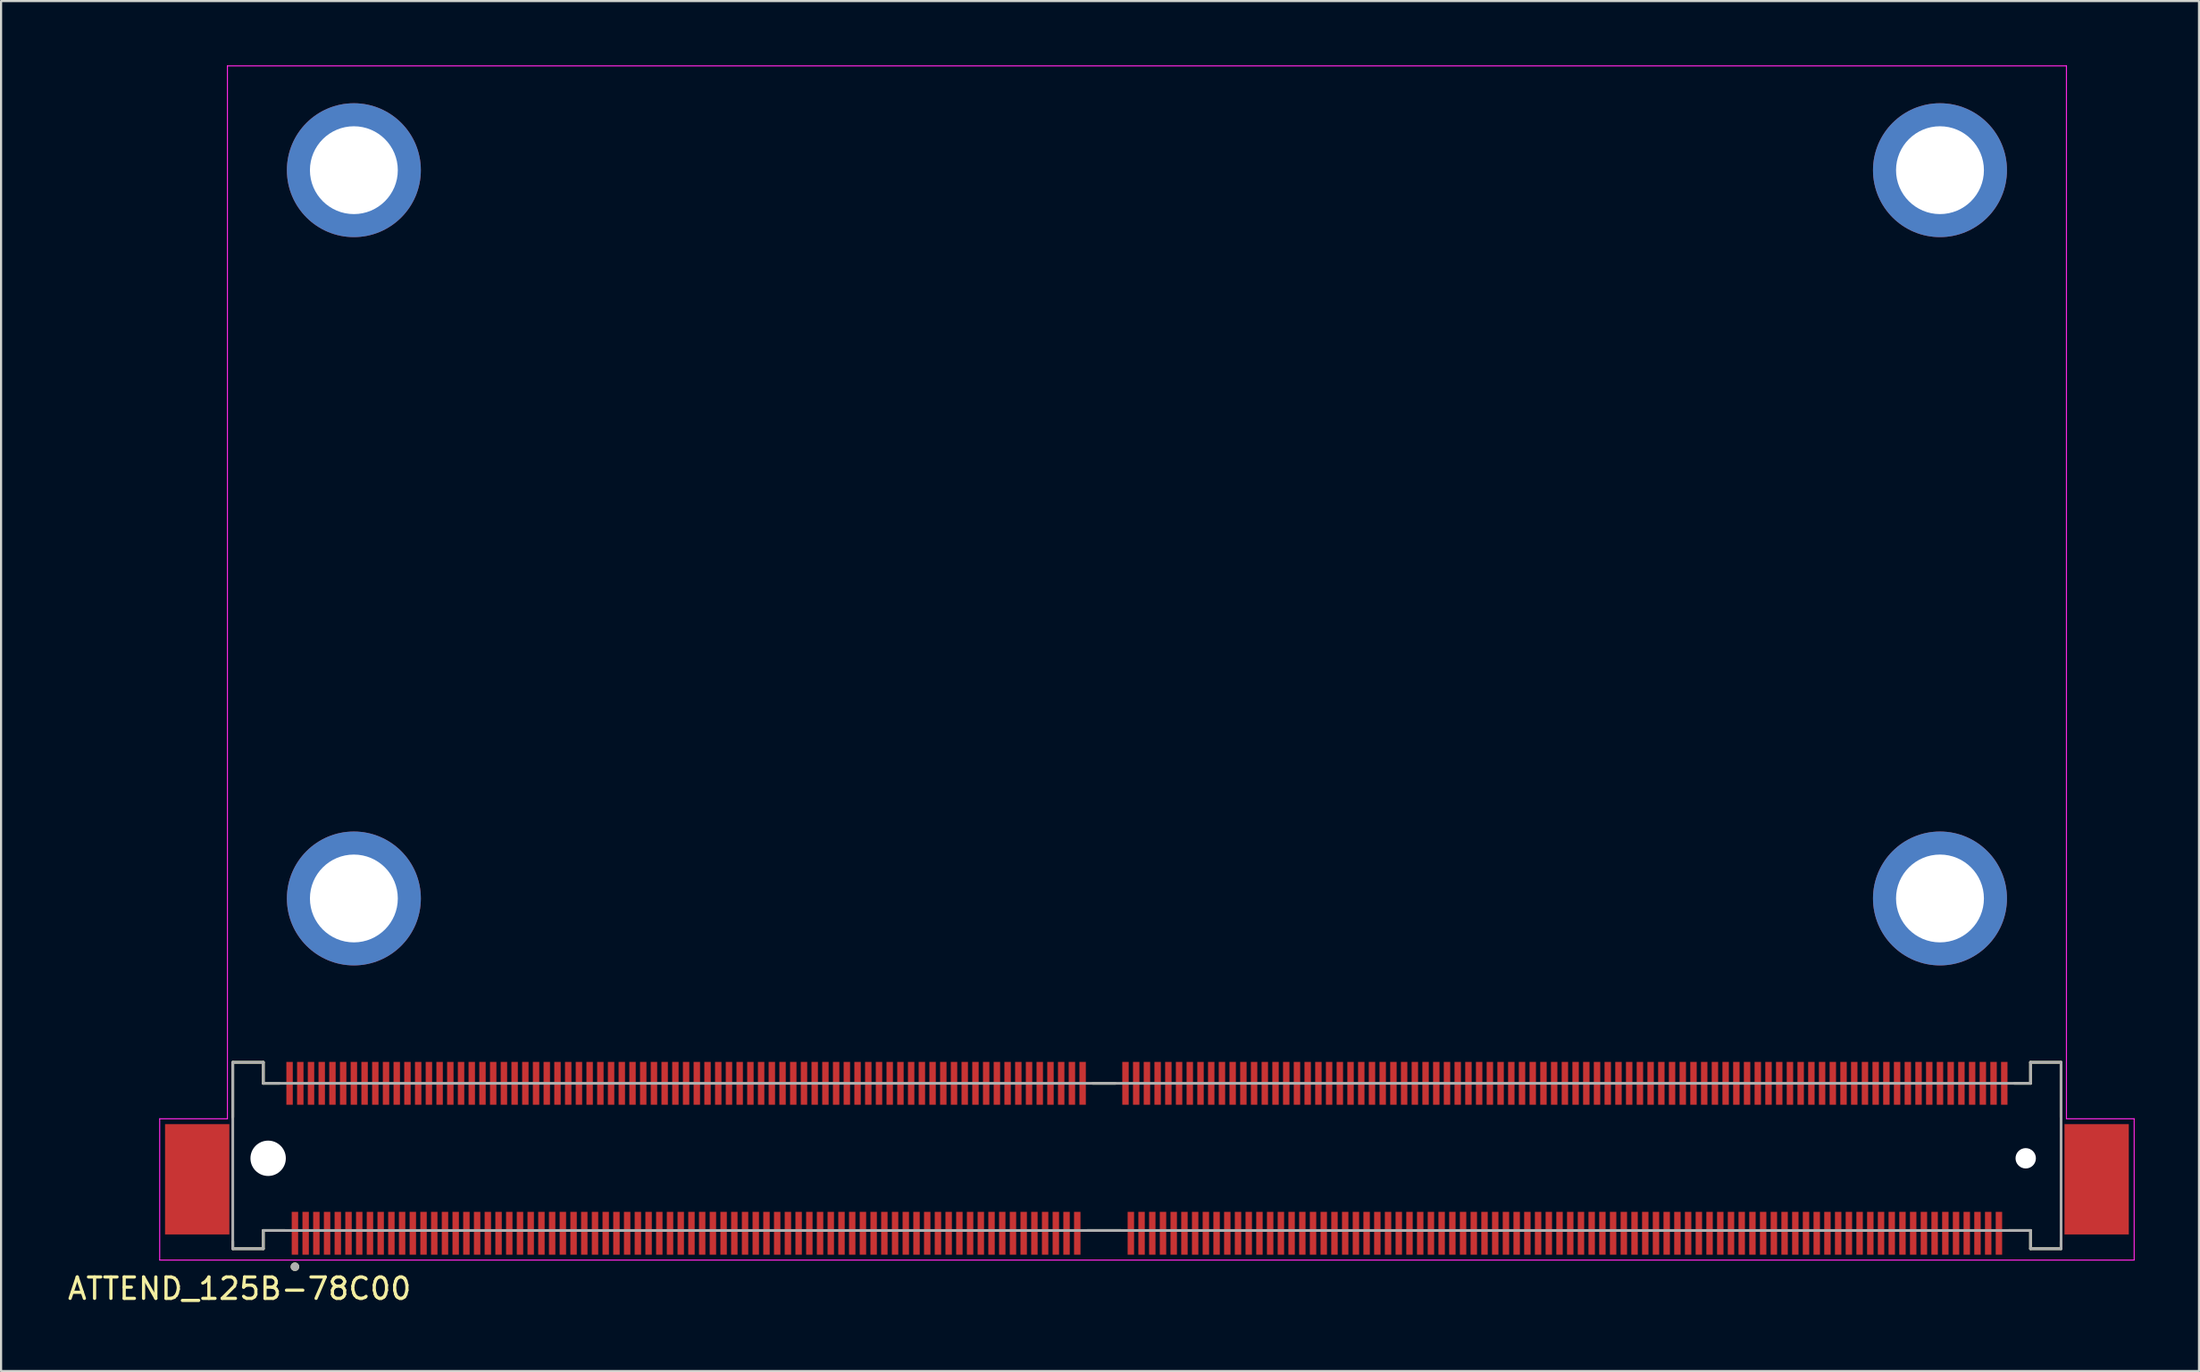
<source format=kicad_pcb>
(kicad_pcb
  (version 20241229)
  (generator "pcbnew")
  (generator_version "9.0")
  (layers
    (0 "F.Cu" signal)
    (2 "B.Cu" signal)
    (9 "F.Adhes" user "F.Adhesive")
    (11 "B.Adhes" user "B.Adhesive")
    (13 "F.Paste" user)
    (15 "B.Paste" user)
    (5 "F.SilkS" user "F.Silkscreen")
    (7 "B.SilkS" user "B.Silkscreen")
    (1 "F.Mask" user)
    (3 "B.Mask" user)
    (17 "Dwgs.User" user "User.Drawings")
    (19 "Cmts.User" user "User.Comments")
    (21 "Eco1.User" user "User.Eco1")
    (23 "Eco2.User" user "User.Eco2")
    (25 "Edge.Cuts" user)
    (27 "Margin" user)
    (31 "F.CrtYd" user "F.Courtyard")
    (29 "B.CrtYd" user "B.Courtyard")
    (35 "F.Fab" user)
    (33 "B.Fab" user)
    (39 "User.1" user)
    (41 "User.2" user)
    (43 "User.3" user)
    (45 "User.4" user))
  (footprint "ATTEND_125B-78C00"
    (layer "F.Cu")
    (at 48.46 51.025)
    (property "Reference" "ATTEND_125B-78C00" (at -40.335 6.084 0) (layer "F.SilkS") (effects (font (size 1 1) (thickness 0.15))))
    (attr through_hole)
    (fp_line (start -40.65 -1.92) (end -40.65 -4.48) (stroke (width 0.127) (type solid)) (layer "F.SilkS"))
    (fp_line (start -40.65 4.22) (end -40.65 3.88) (stroke (width 0.127) (type solid)) (layer "F.SilkS"))
    (fp_line (start -39.225 -4.48) (end -40.65 -4.48) (stroke (width 0.127) (type solid)) (layer "F.SilkS"))
    (fp_line (start -39.225 -3.5) (end -39.225 -4.48) (stroke (width 0.127) (type solid)) (layer "F.SilkS"))
    (fp_line (start -39.225 -3.5) (end -38.47 -3.5) (stroke (width 0.127) (type solid)) (layer "F.SilkS"))
    (fp_line (start -39.225 3.37) (end -38.22 3.37) (stroke (width 0.127) (type solid)) (layer "F.SilkS"))
    (fp_line (start -39.225 4.22) (end -40.65 4.22) (stroke (width 0.127) (type solid)) (layer "F.SilkS"))
    (fp_line (start -39.225 4.22) (end -39.225 3.37) (stroke (width 0.127) (type solid)) (layer "F.SilkS"))
    (fp_line (start -0.78 3.37) (end 0.78 3.37) (stroke (width 0.127) (type solid)) (layer "F.SilkS"))
    (fp_line (start -0.53 -3.5) (end 0.53 -3.5) (stroke (width 0.127) (type solid)) (layer "F.SilkS"))
    (fp_line (start 43.225 -4.48) (end 44.65 -4.48) (stroke (width 0.127) (type solid)) (layer "F.SilkS"))
    (fp_line (start 43.225 -3.5) (end 42.47 -3.5) (stroke (width 0.127) (type solid)) (layer "F.SilkS"))
    (fp_line (start 43.225 -3.5) (end 43.225 -4.48) (stroke (width 0.127) (type solid)) (layer "F.SilkS"))
    (fp_line (start 43.225 3.37) (end 42.22 3.37) (stroke (width 0.127) (type solid)) (layer "F.SilkS"))
    (fp_line (start 43.225 4.22) (end 43.225 3.37) (stroke (width 0.127) (type solid)) (layer "F.SilkS"))
    (fp_line (start 43.225 4.22) (end 44.65 4.22) (stroke (width 0.127) (type solid)) (layer "F.SilkS"))
    (fp_line (start 44.65 -1.92) (end 44.65 -4.48) (stroke (width 0.127) (type solid)) (layer "F.SilkS"))
    (fp_line (start 44.65 4.22) (end 44.65 3.88) (stroke (width 0.127) (type solid)) (layer "F.SilkS"))
    (fp_circle (center -37.75 5.063) (end -37.65 5.063) (stroke (width 0.2) (type solid)) (fill no) (layer "F.SilkS"))
    (fp_line (start -44.06 -1.845) (end -44.06 4.75) (stroke (width 0.05) (type solid)) (layer "F.CrtYd"))
    (fp_line (start -44.06 -1.845) (end -40.9 -1.845) (stroke (width 0.05) (type solid)) (layer "F.CrtYd"))
    (fp_line (start -44.06 4.75) (end 48.06 4.75) (stroke (width 0.05) (type solid)) (layer "F.CrtYd"))
    (fp_line (start -40.9 -1.845) (end -40.9 -51) (stroke (width 0.05) (type solid)) (layer "F.CrtYd"))
    (fp_line (start 44.9 -51) (end -40.9 -51) (stroke (width 0.05) (type solid)) (layer "F.CrtYd"))
    (fp_line (start 44.9 -1.845) (end 44.9 -51) (stroke (width 0.05) (type solid)) (layer "F.CrtYd"))
    (fp_line (start 48.06 -1.845) (end 44.9 -1.845) (stroke (width 0.05) (type solid)) (layer "F.CrtYd"))
    (fp_line (start 48.06 4.75) (end 48.06 -1.845) (stroke (width 0.05) (type solid)) (layer "F.CrtYd"))
    (fp_line (start -40.65 4.22) (end -40.65 -4.48) (stroke (width 0.127) (type solid)) (layer "F.Fab"))
    (fp_line (start -39.225 -4.48) (end -40.65 -4.48) (stroke (width 0.127) (type solid)) (layer "F.Fab"))
    (fp_line (start -39.225 -3.5) (end -39.225 -4.48) (stroke (width 0.127) (type solid)) (layer "F.Fab"))
    (fp_line (start -39.225 -3.5) (end 43.225 -3.5) (stroke (width 0.127) (type solid)) (layer "F.Fab"))
    (fp_line (start -39.225 4.22) (end -40.65 4.22) (stroke (width 0.127) (type solid)) (layer "F.Fab"))
    (fp_line (start -39.225 4.22) (end -39.225 3.37) (stroke (width 0.127) (type solid)) (layer "F.Fab"))
    (fp_line (start 43.225 -4.48) (end 43.225 -3.5) (stroke (width 0.127) (type solid)) (layer "F.Fab"))
    (fp_line (start 43.225 -4.48) (end 44.65 -4.48) (stroke (width 0.127) (type solid)) (layer "F.Fab"))
    (fp_line (start 43.225 3.37) (end -39.225 3.37) (stroke (width 0.127) (type solid)) (layer "F.Fab"))
    (fp_line (start 43.225 4.22) (end 43.225 3.37) (stroke (width 0.127) (type solid)) (layer "F.Fab"))
    (fp_line (start 43.225 4.22) (end 44.65 4.22) (stroke (width 0.127) (type solid)) (layer "F.Fab"))
    (fp_line (start 44.65 -4.48) (end 44.65 4.22) (stroke (width 0.127) (type solid)) (layer "F.Fab"))
    (fp_circle (center -37.75 5.063) (end -37.65 5.063) (stroke (width 0.2) (type solid)) (fill no) (layer "F.Fab"))
    (pad "" np_thru_hole circle (at -39 0) (size 1.65 1.65) (drill 1.65) (layers "*.Cu" "*.Mask"))
    (pad "" np_thru_hole circle (at 43 0) (size 0.95 0.95) (drill 0.95) (layers "*.Cu" "*.Mask"))
    (pad "P1" smd rect (at -37.75 3.5) (size 0.3 2) (layers "F.Cu" "F.Mask" "F.Paste"))
    (pad "P2" smd rect (at -37.25 3.5) (size 0.3 2) (layers "F.Cu" "F.Mask" "F.Paste"))
    (pad "P3" smd rect (at -36.75 3.5) (size 0.3 2) (layers "F.Cu" "F.Mask" "F.Paste"))
    (pad "P4" smd rect (at -36.25 3.5) (size 0.3 2) (layers "F.Cu" "F.Mask" "F.Paste"))
    (pad "P5" smd rect (at -35.75 3.5) (size 0.3 2) (layers "F.Cu" "F.Mask" "F.Paste"))
    (pad "P6" smd rect (at -35.25 3.5) (size 0.3 2) (layers "F.Cu" "F.Mask" "F.Paste"))
    (pad "P7" smd rect (at -34.75 3.5) (size 0.3 2) (layers "F.Cu" "F.Mask" "F.Paste"))
    (pad "P8" smd rect (at -34.25 3.5) (size 0.3 2) (layers "F.Cu" "F.Mask" "F.Paste"))
    (pad "P9" smd rect (at -33.75 3.5) (size 0.3 2) (layers "F.Cu" "F.Mask" "F.Paste"))
    (pad "P10" smd rect (at -33.25 3.5) (size 0.3 2) (layers "F.Cu" "F.Mask" "F.Paste"))
    (pad "P11" smd rect (at -32.75 3.5) (size 0.3 2) (layers "F.Cu" "F.Mask" "F.Paste"))
    (pad "P12" smd rect (at -32.25 3.5) (size 0.3 2) (layers "F.Cu" "F.Mask" "F.Paste"))
    (pad "P13" smd rect (at -31.75 3.5) (size 0.3 2) (layers "F.Cu" "F.Mask" "F.Paste"))
    (pad "P14" smd rect (at -31.25 3.5) (size 0.3 2) (layers "F.Cu" "F.Mask" "F.Paste"))
    (pad "P15" smd rect (at -30.75 3.5) (size 0.3 2) (layers "F.Cu" "F.Mask" "F.Paste"))
    (pad "P16" smd rect (at -30.25 3.5) (size 0.3 2) (layers "F.Cu" "F.Mask" "F.Paste"))
    (pad "P17" smd rect (at -29.75 3.5) (size 0.3 2) (layers "F.Cu" "F.Mask" "F.Paste"))
    (pad "P18" smd rect (at -29.25 3.5) (size 0.3 2) (layers "F.Cu" "F.Mask" "F.Paste"))
    (pad "P19" smd rect (at -28.75 3.5) (size 0.3 2) (layers "F.Cu" "F.Mask" "F.Paste"))
    (pad "P20" smd rect (at -28.25 3.5) (size 0.3 2) (layers "F.Cu" "F.Mask" "F.Paste"))
    (pad "P21" smd rect (at -27.75 3.5) (size 0.3 2) (layers "F.Cu" "F.Mask" "F.Paste"))
    (pad "P22" smd rect (at -27.25 3.5) (size 0.3 2) (layers "F.Cu" "F.Mask" "F.Paste"))
    (pad "P23" smd rect (at -26.75 3.5) (size 0.3 2) (layers "F.Cu" "F.Mask" "F.Paste"))
    (pad "P24" smd rect (at -26.25 3.5) (size 0.3 2) (layers "F.Cu" "F.Mask" "F.Paste"))
    (pad "P25" smd rect (at -25.75 3.5) (size 0.3 2) (layers "F.Cu" "F.Mask" "F.Paste"))
    (pad "P26" smd rect (at -25.25 3.5) (size 0.3 2) (layers "F.Cu" "F.Mask" "F.Paste"))
    (pad "P27" smd rect (at -24.75 3.5) (size 0.3 2) (layers "F.Cu" "F.Mask" "F.Paste"))
    (pad "P28" smd rect (at -24.25 3.5) (size 0.3 2) (layers "F.Cu" "F.Mask" "F.Paste"))
    (pad "P29" smd rect (at -23.75 3.5) (size 0.3 2) (layers "F.Cu" "F.Mask" "F.Paste"))
    (pad "P30" smd rect (at -23.25 3.5) (size 0.3 2) (layers "F.Cu" "F.Mask" "F.Paste"))
    (pad "P31" smd rect (at -22.75 3.5) (size 0.3 2) (layers "F.Cu" "F.Mask" "F.Paste"))
    (pad "P32" smd rect (at -22.25 3.5) (size 0.3 2) (layers "F.Cu" "F.Mask" "F.Paste"))
    (pad "P33" smd rect (at -21.75 3.5) (size 0.3 2) (layers "F.Cu" "F.Mask" "F.Paste"))
    (pad "P34" smd rect (at -21.25 3.5) (size 0.3 2) (layers "F.Cu" "F.Mask" "F.Paste"))
    (pad "P35" smd rect (at -20.75 3.5) (size 0.3 2) (layers "F.Cu" "F.Mask" "F.Paste"))
    (pad "P36" smd rect (at -20.25 3.5) (size 0.3 2) (layers "F.Cu" "F.Mask" "F.Paste"))
    (pad "P37" smd rect (at -19.75 3.5) (size 0.3 2) (layers "F.Cu" "F.Mask" "F.Paste"))
    (pad "P38" smd rect (at -19.25 3.5) (size 0.3 2) (layers "F.Cu" "F.Mask" "F.Paste"))
    (pad "P39" smd rect (at -18.75 3.5) (size 0.3 2) (layers "F.Cu" "F.Mask" "F.Paste"))
    (pad "P40" smd rect (at -18.25 3.5) (size 0.3 2) (layers "F.Cu" "F.Mask" "F.Paste"))
    (pad "P41" smd rect (at -17.75 3.5) (size 0.3 2) (layers "F.Cu" "F.Mask" "F.Paste"))
    (pad "P42" smd rect (at -17.25 3.5) (size 0.3 2) (layers "F.Cu" "F.Mask" "F.Paste"))
    (pad "P43" smd rect (at -16.75 3.5) (size 0.3 2) (layers "F.Cu" "F.Mask" "F.Paste"))
    (pad "P44" smd rect (at -16.25 3.5) (size 0.3 2) (layers "F.Cu" "F.Mask" "F.Paste"))
    (pad "P45" smd rect (at -15.75 3.5) (size 0.3 2) (layers "F.Cu" "F.Mask" "F.Paste"))
    (pad "P46" smd rect (at -15.25 3.5) (size 0.3 2) (layers "F.Cu" "F.Mask" "F.Paste"))
    (pad "P47" smd rect (at -14.75 3.5) (size 0.3 2) (layers "F.Cu" "F.Mask" "F.Paste"))
    (pad "P48" smd rect (at -14.25 3.5) (size 0.3 2) (layers "F.Cu" "F.Mask" "F.Paste"))
    (pad "P49" smd rect (at -13.75 3.5) (size 0.3 2) (layers "F.Cu" "F.Mask" "F.Paste"))
    (pad "P50" smd rect (at -13.25 3.5) (size 0.3 2) (layers "F.Cu" "F.Mask" "F.Paste"))
    (pad "P51" smd rect (at -12.75 3.5) (size 0.3 2) (layers "F.Cu" "F.Mask" "F.Paste"))
    (pad "P52" smd rect (at -12.25 3.5) (size 0.3 2) (layers "F.Cu" "F.Mask" "F.Paste"))
    (pad "P53" smd rect (at -11.75 3.5) (size 0.3 2) (layers "F.Cu" "F.Mask" "F.Paste"))
    (pad "P54" smd rect (at -11.25 3.5) (size 0.3 2) (layers "F.Cu" "F.Mask" "F.Paste"))
    (pad "P55" smd rect (at -10.75 3.5) (size 0.3 2) (layers "F.Cu" "F.Mask" "F.Paste"))
    (pad "P56" smd rect (at -10.25 3.5) (size 0.3 2) (layers "F.Cu" "F.Mask" "F.Paste"))
    (pad "P57" smd rect (at -9.75 3.5) (size 0.3 2) (layers "F.Cu" "F.Mask" "F.Paste"))
    (pad "P58" smd rect (at -9.25 3.5) (size 0.3 2) (layers "F.Cu" "F.Mask" "F.Paste"))
    (pad "P59" smd rect (at -8.75 3.5) (size 0.3 2) (layers "F.Cu" "F.Mask" "F.Paste"))
    (pad "P60" smd rect (at -8.25 3.5) (size 0.3 2) (layers "F.Cu" "F.Mask" "F.Paste"))
    (pad "P61" smd rect (at -7.75 3.5) (size 0.3 2) (layers "F.Cu" "F.Mask" "F.Paste"))
    (pad "P62" smd rect (at -7.25 3.5) (size 0.3 2) (layers "F.Cu" "F.Mask" "F.Paste"))
    (pad "P63" smd rect (at -6.75 3.5) (size 0.3 2) (layers "F.Cu" "F.Mask" "F.Paste"))
    (pad "P64" smd rect (at -6.25 3.5) (size 0.3 2) (layers "F.Cu" "F.Mask" "F.Paste"))
    (pad "P65" smd rect (at -5.75 3.5) (size 0.3 2) (layers "F.Cu" "F.Mask" "F.Paste"))
    (pad "P66" smd rect (at -5.25 3.5) (size 0.3 2) (layers "F.Cu" "F.Mask" "F.Paste"))
    (pad "P67" smd rect (at -4.75 3.5) (size 0.3 2) (layers "F.Cu" "F.Mask" "F.Paste"))
    (pad "P68" smd rect (at -4.25 3.5) (size 0.3 2) (layers "F.Cu" "F.Mask" "F.Paste"))
    (pad "P69" smd rect (at -3.75 3.5) (size 0.3 2) (layers "F.Cu" "F.Mask" "F.Paste"))
    (pad "P70" smd rect (at -3.25 3.5) (size 0.3 2) (layers "F.Cu" "F.Mask" "F.Paste"))
    (pad "P71" smd rect (at -2.75 3.5) (size 0.3 2) (layers "F.Cu" "F.Mask" "F.Paste"))
    (pad "P72" smd rect (at -2.25 3.5) (size 0.3 2) (layers "F.Cu" "F.Mask" "F.Paste"))
    (pad "P73" smd rect (at -1.75 3.5) (size 0.3 2) (layers "F.Cu" "F.Mask" "F.Paste"))
    (pad "P74" smd rect (at -1.25 3.5) (size 0.3 2) (layers "F.Cu" "F.Mask" "F.Paste"))
    (pad "P75" smd rect (at 1.25 3.5) (size 0.3 2) (layers "F.Cu" "F.Mask" "F.Paste"))
    (pad "P76" smd rect (at 1.75 3.5) (size 0.3 2) (layers "F.Cu" "F.Mask" "F.Paste"))
    (pad "P77" smd rect (at 2.25 3.5) (size 0.3 2) (layers "F.Cu" "F.Mask" "F.Paste"))
    (pad "P78" smd rect (at 2.75 3.5) (size 0.3 2) (layers "F.Cu" "F.Mask" "F.Paste"))
    (pad "P79" smd rect (at 3.25 3.5) (size 0.3 2) (layers "F.Cu" "F.Mask" "F.Paste"))
    (pad "P80" smd rect (at 3.75 3.5) (size 0.3 2) (layers "F.Cu" "F.Mask" "F.Paste"))
    (pad "P81" smd rect (at 4.25 3.5) (size 0.3 2) (layers "F.Cu" "F.Mask" "F.Paste"))
    (pad "P82" smd rect (at 4.75 3.5) (size 0.3 2) (layers "F.Cu" "F.Mask" "F.Paste"))
    (pad "P83" smd rect (at 5.25 3.5) (size 0.3 2) (layers "F.Cu" "F.Mask" "F.Paste"))
    (pad "P84" smd rect (at 5.75 3.5) (size 0.3 2) (layers "F.Cu" "F.Mask" "F.Paste"))
    (pad "P85" smd rect (at 6.25 3.5) (size 0.3 2) (layers "F.Cu" "F.Mask" "F.Paste"))
    (pad "P86" smd rect (at 6.75 3.5) (size 0.3 2) (layers "F.Cu" "F.Mask" "F.Paste"))
    (pad "P87" smd rect (at 7.25 3.5) (size 0.3 2) (layers "F.Cu" "F.Mask" "F.Paste"))
    (pad "P88" smd rect (at 7.75 3.5) (size 0.3 2) (layers "F.Cu" "F.Mask" "F.Paste"))
    (pad "P89" smd rect (at 8.25 3.5) (size 0.3 2) (layers "F.Cu" "F.Mask" "F.Paste"))
    (pad "P90" smd rect (at 8.75 3.5) (size 0.3 2) (layers "F.Cu" "F.Mask" "F.Paste"))
    (pad "P91" smd rect (at 9.25 3.5) (size 0.3 2) (layers "F.Cu" "F.Mask" "F.Paste"))
    (pad "P92" smd rect (at 9.75 3.5) (size 0.3 2) (layers "F.Cu" "F.Mask" "F.Paste"))
    (pad "P93" smd rect (at 10.25 3.5) (size 0.3 2) (layers "F.Cu" "F.Mask" "F.Paste"))
    (pad "P94" smd rect (at 10.75 3.5) (size 0.3 2) (layers "F.Cu" "F.Mask" "F.Paste"))
    (pad "P95" smd rect (at 11.25 3.5) (size 0.3 2) (layers "F.Cu" "F.Mask" "F.Paste"))
    (pad "P96" smd rect (at 11.75 3.5) (size 0.3 2) (layers "F.Cu" "F.Mask" "F.Paste"))
    (pad "P97" smd rect (at 12.25 3.5) (size 0.3 2) (layers "F.Cu" "F.Mask" "F.Paste"))
    (pad "P98" smd rect (at 12.75 3.5) (size 0.3 2) (layers "F.Cu" "F.Mask" "F.Paste"))
    (pad "P99" smd rect (at 13.25 3.5) (size 0.3 2) (layers "F.Cu" "F.Mask" "F.Paste"))
    (pad "P100" smd rect (at 13.75 3.5) (size 0.3 2) (layers "F.Cu" "F.Mask" "F.Paste"))
    (pad "P101" smd rect (at 14.25 3.5) (size 0.3 2) (layers "F.Cu" "F.Mask" "F.Paste"))
    (pad "P102" smd rect (at 14.75 3.5) (size 0.3 2) (layers "F.Cu" "F.Mask" "F.Paste"))
    (pad "P103" smd rect (at 15.25 3.5) (size 0.3 2) (layers "F.Cu" "F.Mask" "F.Paste"))
    (pad "P104" smd rect (at 15.75 3.5) (size 0.3 2) (layers "F.Cu" "F.Mask" "F.Paste"))
    (pad "P105" smd rect (at 16.25 3.5) (size 0.3 2) (layers "F.Cu" "F.Mask" "F.Paste"))
    (pad "P106" smd rect (at 16.75 3.5) (size 0.3 2) (layers "F.Cu" "F.Mask" "F.Paste"))
    (pad "P107" smd rect (at 17.25 3.5) (size 0.3 2) (layers "F.Cu" "F.Mask" "F.Paste"))
    (pad "P108" smd rect (at 17.75 3.5) (size 0.3 2) (layers "F.Cu" "F.Mask" "F.Paste"))
    (pad "P109" smd rect (at 18.25 3.5) (size 0.3 2) (layers "F.Cu" "F.Mask" "F.Paste"))
    (pad "P110" smd rect (at 18.75 3.5) (size 0.3 2) (layers "F.Cu" "F.Mask" "F.Paste"))
    (pad "P111" smd rect (at 19.25 3.5) (size 0.3 2) (layers "F.Cu" "F.Mask" "F.Paste"))
    (pad "P112" smd rect (at 19.75 3.5) (size 0.3 2) (layers "F.Cu" "F.Mask" "F.Paste"))
    (pad "P113" smd rect (at 20.25 3.5) (size 0.3 2) (layers "F.Cu" "F.Mask" "F.Paste"))
    (pad "P114" smd rect (at 20.75 3.5) (size 0.3 2) (layers "F.Cu" "F.Mask" "F.Paste"))
    (pad "P115" smd rect (at 21.25 3.5) (size 0.3 2) (layers "F.Cu" "F.Mask" "F.Paste"))
    (pad "P116" smd rect (at 21.75 3.5) (size 0.3 2) (layers "F.Cu" "F.Mask" "F.Paste"))
    (pad "P117" smd rect (at 22.25 3.5) (size 0.3 2) (layers "F.Cu" "F.Mask" "F.Paste"))
    (pad "P118" smd rect (at 22.75 3.5) (size 0.3 2) (layers "F.Cu" "F.Mask" "F.Paste"))
    (pad "P119" smd rect (at 23.25 3.5) (size 0.3 2) (layers "F.Cu" "F.Mask" "F.Paste"))
    (pad "P120" smd rect (at 23.75 3.5) (size 0.3 2) (layers "F.Cu" "F.Mask" "F.Paste"))
    (pad "P121" smd rect (at 24.25 3.5) (size 0.3 2) (layers "F.Cu" "F.Mask" "F.Paste"))
    (pad "P122" smd rect (at 24.75 3.5) (size 0.3 2) (layers "F.Cu" "F.Mask" "F.Paste"))
    (pad "P123" smd rect (at 25.25 3.5) (size 0.3 2) (layers "F.Cu" "F.Mask" "F.Paste"))
    (pad "P124" smd rect (at 25.75 3.5) (size 0.3 2) (layers "F.Cu" "F.Mask" "F.Paste"))
    (pad "P125" smd rect (at 26.25 3.5) (size 0.3 2) (layers "F.Cu" "F.Mask" "F.Paste"))
    (pad "P126" smd rect (at 26.75 3.5) (size 0.3 2) (layers "F.Cu" "F.Mask" "F.Paste"))
    (pad "P127" smd rect (at 27.25 3.5) (size 0.3 2) (layers "F.Cu" "F.Mask" "F.Paste"))
    (pad "P128" smd rect (at 27.75 3.5) (size 0.3 2) (layers "F.Cu" "F.Mask" "F.Paste"))
    (pad "P129" smd rect (at 28.25 3.5) (size 0.3 2) (layers "F.Cu" "F.Mask" "F.Paste"))
    (pad "P130" smd rect (at 28.75 3.5) (size 0.3 2) (layers "F.Cu" "F.Mask" "F.Paste"))
    (pad "P131" smd rect (at 29.25 3.5) (size 0.3 2) (layers "F.Cu" "F.Mask" "F.Paste"))
    (pad "P132" smd rect (at 29.75 3.5) (size 0.3 2) (layers "F.Cu" "F.Mask" "F.Paste"))
    (pad "P133" smd rect (at 30.25 3.5) (size 0.3 2) (layers "F.Cu" "F.Mask" "F.Paste"))
    (pad "P134" smd rect (at 30.75 3.5) (size 0.3 2) (layers "F.Cu" "F.Mask" "F.Paste"))
    (pad "P135" smd rect (at 31.25 3.5) (size 0.3 2) (layers "F.Cu" "F.Mask" "F.Paste"))
    (pad "P136" smd rect (at 31.75 3.5) (size 0.3 2) (layers "F.Cu" "F.Mask" "F.Paste"))
    (pad "P137" smd rect (at 32.25 3.5) (size 0.3 2) (layers "F.Cu" "F.Mask" "F.Paste"))
    (pad "P138" smd rect (at 32.75 3.5) (size 0.3 2) (layers "F.Cu" "F.Mask" "F.Paste"))
    (pad "P139" smd rect (at 33.25 3.5) (size 0.3 2) (layers "F.Cu" "F.Mask" "F.Paste"))
    (pad "P140" smd rect (at 33.75 3.5) (size 0.3 2) (layers "F.Cu" "F.Mask" "F.Paste"))
    (pad "P141" smd rect (at 34.25 3.5) (size 0.3 2) (layers "F.Cu" "F.Mask" "F.Paste"))
    (pad "P142" smd rect (at 34.75 3.5) (size 0.3 2) (layers "F.Cu" "F.Mask" "F.Paste"))
    (pad "P143" smd rect (at 35.25 3.5) (size 0.3 2) (layers "F.Cu" "F.Mask" "F.Paste"))
    (pad "P144" smd rect (at 35.75 3.5) (size 0.3 2) (layers "F.Cu" "F.Mask" "F.Paste"))
    (pad "P145" smd rect (at 36.25 3.5) (size 0.3 2) (layers "F.Cu" "F.Mask" "F.Paste"))
    (pad "P146" smd rect (at 36.75 3.5) (size 0.3 2) (layers "F.Cu" "F.Mask" "F.Paste"))
    (pad "P147" smd rect (at 37.25 3.5) (size 0.3 2) (layers "F.Cu" "F.Mask" "F.Paste"))
    (pad "P148" smd rect (at 37.75 3.5) (size 0.3 2) (layers "F.Cu" "F.Mask" "F.Paste"))
    (pad "P149" smd rect (at 38.25 3.5) (size 0.3 2) (layers "F.Cu" "F.Mask" "F.Paste"))
    (pad "P150" smd rect (at 38.75 3.5) (size 0.3 2) (layers "F.Cu" "F.Mask" "F.Paste"))
    (pad "P151" smd rect (at 39.25 3.5) (size 0.3 2) (layers "F.Cu" "F.Mask" "F.Paste"))
    (pad "P152" smd rect (at 39.75 3.5) (size 0.3 2) (layers "F.Cu" "F.Mask" "F.Paste"))
    (pad "P153" smd rect (at 40.25 3.5) (size 0.3 2) (layers "F.Cu" "F.Mask" "F.Paste"))
    (pad "P154" smd rect (at 40.75 3.5) (size 0.3 2) (layers "F.Cu" "F.Mask" "F.Paste"))
    (pad "P155" smd rect (at 41.25 3.5) (size 0.3 2) (layers "F.Cu" "F.Mask" "F.Paste"))
    (pad "P156" smd rect (at 41.75 3.5) (size 0.3 2) (layers "F.Cu" "F.Mask" "F.Paste"))
    (pad "S1" smd rect (at -38 -3.5) (size 0.3 2) (layers "F.Cu" "F.Mask" "F.Paste"))
    (pad "S2" smd rect (at -37.5 -3.5) (size 0.3 2) (layers "F.Cu" "F.Mask" "F.Paste"))
    (pad "S3" smd rect (at -37 -3.5) (size 0.3 2) (layers "F.Cu" "F.Mask" "F.Paste"))
    (pad "S4" smd rect (at -36.5 -3.5) (size 0.3 2) (layers "F.Cu" "F.Mask" "F.Paste"))
    (pad "S5" smd rect (at -36 -3.5) (size 0.3 2) (layers "F.Cu" "F.Mask" "F.Paste"))
    (pad "S6" smd rect (at -35.5 -3.5) (size 0.3 2) (layers "F.Cu" "F.Mask" "F.Paste"))
    (pad "S7" smd rect (at -35 -3.5) (size 0.3 2) (layers "F.Cu" "F.Mask" "F.Paste"))
    (pad "S8" smd rect (at -34.5 -3.5) (size 0.3 2) (layers "F.Cu" "F.Mask" "F.Paste"))
    (pad "S9" smd rect (at -34 -3.5) (size 0.3 2) (layers "F.Cu" "F.Mask" "F.Paste"))
    (pad "S10" smd rect (at -33.5 -3.5) (size 0.3 2) (layers "F.Cu" "F.Mask" "F.Paste"))
    (pad "S11" smd rect (at -33 -3.5) (size 0.3 2) (layers "F.Cu" "F.Mask" "F.Paste"))
    (pad "S12" smd rect (at -32.5 -3.5) (size 0.3 2) (layers "F.Cu" "F.Mask" "F.Paste"))
    (pad "S13" smd rect (at -32 -3.5) (size 0.3 2) (layers "F.Cu" "F.Mask" "F.Paste"))
    (pad "S14" smd rect (at -31.5 -3.5) (size 0.3 2) (layers "F.Cu" "F.Mask" "F.Paste"))
    (pad "S15" smd rect (at -31 -3.5) (size 0.3 2) (layers "F.Cu" "F.Mask" "F.Paste"))
    (pad "S16" smd rect (at -30.5 -3.5) (size 0.3 2) (layers "F.Cu" "F.Mask" "F.Paste"))
    (pad "S17" smd rect (at -30 -3.5) (size 0.3 2) (layers "F.Cu" "F.Mask" "F.Paste"))
    (pad "S18" smd rect (at -29.5 -3.5) (size 0.3 2) (layers "F.Cu" "F.Mask" "F.Paste"))
    (pad "S19" smd rect (at -29 -3.5) (size 0.3 2) (layers "F.Cu" "F.Mask" "F.Paste"))
    (pad "S20" smd rect (at -28.5 -3.5) (size 0.3 2) (layers "F.Cu" "F.Mask" "F.Paste"))
    (pad "S21" smd rect (at -28 -3.5) (size 0.3 2) (layers "F.Cu" "F.Mask" "F.Paste"))
    (pad "S22" smd rect (at -27.5 -3.5) (size 0.3 2) (layers "F.Cu" "F.Mask" "F.Paste"))
    (pad "S23" smd rect (at -27 -3.5) (size 0.3 2) (layers "F.Cu" "F.Mask" "F.Paste"))
    (pad "S24" smd rect (at -26.5 -3.5) (size 0.3 2) (layers "F.Cu" "F.Mask" "F.Paste"))
    (pad "S25" smd rect (at -26 -3.5) (size 0.3 2) (layers "F.Cu" "F.Mask" "F.Paste"))
    (pad "S26" smd rect (at -25.5 -3.5) (size 0.3 2) (layers "F.Cu" "F.Mask" "F.Paste"))
    (pad "S27" smd rect (at -25 -3.5) (size 0.3 2) (layers "F.Cu" "F.Mask" "F.Paste"))
    (pad "S28" smd rect (at -24.5 -3.5) (size 0.3 2) (layers "F.Cu" "F.Mask" "F.Paste"))
    (pad "S29" smd rect (at -24 -3.5) (size 0.3 2) (layers "F.Cu" "F.Mask" "F.Paste"))
    (pad "S30" smd rect (at -23.5 -3.5) (size 0.3 2) (layers "F.Cu" "F.Mask" "F.Paste"))
    (pad "S31" smd rect (at -23 -3.5) (size 0.3 2) (layers "F.Cu" "F.Mask" "F.Paste"))
    (pad "S32" smd rect (at -22.5 -3.5) (size 0.3 2) (layers "F.Cu" "F.Mask" "F.Paste"))
    (pad "S33" smd rect (at -22 -3.5) (size 0.3 2) (layers "F.Cu" "F.Mask" "F.Paste"))
    (pad "S34" smd rect (at -21.5 -3.5) (size 0.3 2) (layers "F.Cu" "F.Mask" "F.Paste"))
    (pad "S35" smd rect (at -21 -3.5) (size 0.3 2) (layers "F.Cu" "F.Mask" "F.Paste"))
    (pad "S36" smd rect (at -20.5 -3.5) (size 0.3 2) (layers "F.Cu" "F.Mask" "F.Paste"))
    (pad "S37" smd rect (at -20 -3.5) (size 0.3 2) (layers "F.Cu" "F.Mask" "F.Paste"))
    (pad "S38" smd rect (at -19.5 -3.5) (size 0.3 2) (layers "F.Cu" "F.Mask" "F.Paste"))
    (pad "S39" smd rect (at -19 -3.5) (size 0.3 2) (layers "F.Cu" "F.Mask" "F.Paste"))
    (pad "S40" smd rect (at -18.5 -3.5) (size 0.3 2) (layers "F.Cu" "F.Mask" "F.Paste"))
    (pad "S41" smd rect (at -18 -3.5) (size 0.3 2) (layers "F.Cu" "F.Mask" "F.Paste"))
    (pad "S42" smd rect (at -17.5 -3.5) (size 0.3 2) (layers "F.Cu" "F.Mask" "F.Paste"))
    (pad "S43" smd rect (at -17 -3.5) (size 0.3 2) (layers "F.Cu" "F.Mask" "F.Paste"))
    (pad "S44" smd rect (at -16.5 -3.5) (size 0.3 2) (layers "F.Cu" "F.Mask" "F.Paste"))
    (pad "S45" smd rect (at -16 -3.5) (size 0.3 2) (layers "F.Cu" "F.Mask" "F.Paste"))
    (pad "S46" smd rect (at -15.5 -3.5) (size 0.3 2) (layers "F.Cu" "F.Mask" "F.Paste"))
    (pad "S47" smd rect (at -15 -3.5) (size 0.3 2) (layers "F.Cu" "F.Mask" "F.Paste"))
    (pad "S48" smd rect (at -14.5 -3.5) (size 0.3 2) (layers "F.Cu" "F.Mask" "F.Paste"))
    (pad "S49" smd rect (at -14 -3.5) (size 0.3 2) (layers "F.Cu" "F.Mask" "F.Paste"))
    (pad "S50" smd rect (at -13.5 -3.5) (size 0.3 2) (layers "F.Cu" "F.Mask" "F.Paste"))
    (pad "S51" smd rect (at -13 -3.5) (size 0.3 2) (layers "F.Cu" "F.Mask" "F.Paste"))
    (pad "S52" smd rect (at -12.5 -3.5) (size 0.3 2) (layers "F.Cu" "F.Mask" "F.Paste"))
    (pad "S53" smd rect (at -12 -3.5) (size 0.3 2) (layers "F.Cu" "F.Mask" "F.Paste"))
    (pad "S54" smd rect (at -11.5 -3.5) (size 0.3 2) (layers "F.Cu" "F.Mask" "F.Paste"))
    (pad "S55" smd rect (at -11 -3.5) (size 0.3 2) (layers "F.Cu" "F.Mask" "F.Paste"))
    (pad "S56" smd rect (at -10.5 -3.5) (size 0.3 2) (layers "F.Cu" "F.Mask" "F.Paste"))
    (pad "S57" smd rect (at -10 -3.5) (size 0.3 2) (layers "F.Cu" "F.Mask" "F.Paste"))
    (pad "S58" smd rect (at -9.5 -3.5) (size 0.3 2) (layers "F.Cu" "F.Mask" "F.Paste"))
    (pad "S59" smd rect (at -9 -3.5) (size 0.3 2) (layers "F.Cu" "F.Mask" "F.Paste"))
    (pad "S60" smd rect (at -8.5 -3.5) (size 0.3 2) (layers "F.Cu" "F.Mask" "F.Paste"))
    (pad "S61" smd rect (at -8 -3.5) (size 0.3 2) (layers "F.Cu" "F.Mask" "F.Paste"))
    (pad "S62" smd rect (at -7.5 -3.5) (size 0.3 2) (layers "F.Cu" "F.Mask" "F.Paste"))
    (pad "S63" smd rect (at -7 -3.5) (size 0.3 2) (layers "F.Cu" "F.Mask" "F.Paste"))
    (pad "S64" smd rect (at -6.5 -3.5) (size 0.3 2) (layers "F.Cu" "F.Mask" "F.Paste"))
    (pad "S65" smd rect (at -6 -3.5) (size 0.3 2) (layers "F.Cu" "F.Mask" "F.Paste"))
    (pad "S66" smd rect (at -5.5 -3.5) (size 0.3 2) (layers "F.Cu" "F.Mask" "F.Paste"))
    (pad "S67" smd rect (at -5 -3.5) (size 0.3 2) (layers "F.Cu" "F.Mask" "F.Paste"))
    (pad "S68" smd rect (at -4.5 -3.5) (size 0.3 2) (layers "F.Cu" "F.Mask" "F.Paste"))
    (pad "S69" smd rect (at -4 -3.5) (size 0.3 2) (layers "F.Cu" "F.Mask" "F.Paste"))
    (pad "S70" smd rect (at -3.5 -3.5) (size 0.3 2) (layers "F.Cu" "F.Mask" "F.Paste"))
    (pad "S71" smd rect (at -3 -3.5) (size 0.3 2) (layers "F.Cu" "F.Mask" "F.Paste"))
    (pad "S72" smd rect (at -2.5 -3.5) (size 0.3 2) (layers "F.Cu" "F.Mask" "F.Paste"))
    (pad "S73" smd rect (at -2 -3.5) (size 0.3 2) (layers "F.Cu" "F.Mask" "F.Paste"))
    (pad "S74" smd rect (at -1.5 -3.5) (size 0.3 2) (layers "F.Cu" "F.Mask" "F.Paste"))
    (pad "S75" smd rect (at -1 -3.5) (size 0.3 2) (layers "F.Cu" "F.Mask" "F.Paste"))
    (pad "S76" smd rect (at 1 -3.5) (size 0.3 2) (layers "F.Cu" "F.Mask" "F.Paste"))
    (pad "S77" smd rect (at 1.5 -3.5) (size 0.3 2) (layers "F.Cu" "F.Mask" "F.Paste"))
    (pad "S78" smd rect (at 2 -3.5) (size 0.3 2) (layers "F.Cu" "F.Mask" "F.Paste"))
    (pad "S79" smd rect (at 2.5 -3.5) (size 0.3 2) (layers "F.Cu" "F.Mask" "F.Paste"))
    (pad "S80" smd rect (at 3 -3.5) (size 0.3 2) (layers "F.Cu" "F.Mask" "F.Paste"))
    (pad "S81" smd rect (at 3.5 -3.5) (size 0.3 2) (layers "F.Cu" "F.Mask" "F.Paste"))
    (pad "S82" smd rect (at 4 -3.5) (size 0.3 2) (layers "F.Cu" "F.Mask" "F.Paste"))
    (pad "S83" smd rect (at 4.5 -3.5) (size 0.3 2) (layers "F.Cu" "F.Mask" "F.Paste"))
    (pad "S84" smd rect (at 5 -3.5) (size 0.3 2) (layers "F.Cu" "F.Mask" "F.Paste"))
    (pad "S85" smd rect (at 5.5 -3.5) (size 0.3 2) (layers "F.Cu" "F.Mask" "F.Paste"))
    (pad "S86" smd rect (at 6 -3.5) (size 0.3 2) (layers "F.Cu" "F.Mask" "F.Paste"))
    (pad "S87" smd rect (at 6.5 -3.5) (size 0.3 2) (layers "F.Cu" "F.Mask" "F.Paste"))
    (pad "S88" smd rect (at 7 -3.5) (size 0.3 2) (layers "F.Cu" "F.Mask" "F.Paste"))
    (pad "S89" smd rect (at 7.5 -3.5) (size 0.3 2) (layers "F.Cu" "F.Mask" "F.Paste"))
    (pad "S90" smd rect (at 8 -3.5) (size 0.3 2) (layers "F.Cu" "F.Mask" "F.Paste"))
    (pad "S91" smd rect (at 8.5 -3.5) (size 0.3 2) (layers "F.Cu" "F.Mask" "F.Paste"))
    (pad "S92" smd rect (at 9 -3.5) (size 0.3 2) (layers "F.Cu" "F.Mask" "F.Paste"))
    (pad "S93" smd rect (at 9.5 -3.5) (size 0.3 2) (layers "F.Cu" "F.Mask" "F.Paste"))
    (pad "S94" smd rect (at 10 -3.5) (size 0.3 2) (layers "F.Cu" "F.Mask" "F.Paste"))
    (pad "S95" smd rect (at 10.5 -3.5) (size 0.3 2) (layers "F.Cu" "F.Mask" "F.Paste"))
    (pad "S96" smd rect (at 11 -3.5) (size 0.3 2) (layers "F.Cu" "F.Mask" "F.Paste"))
    (pad "S97" smd rect (at 11.5 -3.5) (size 0.3 2) (layers "F.Cu" "F.Mask" "F.Paste"))
    (pad "S98" smd rect (at 12 -3.5) (size 0.3 2) (layers "F.Cu" "F.Mask" "F.Paste"))
    (pad "S99" smd rect (at 12.5 -3.5) (size 0.3 2) (layers "F.Cu" "F.Mask" "F.Paste"))
    (pad "S100" smd rect (at 13 -3.5) (size 0.3 2) (layers "F.Cu" "F.Mask" "F.Paste"))
    (pad "S101" smd rect (at 13.5 -3.5) (size 0.3 2) (layers "F.Cu" "F.Mask" "F.Paste"))
    (pad "S102" smd rect (at 14 -3.5) (size 0.3 2) (layers "F.Cu" "F.Mask" "F.Paste"))
    (pad "S103" smd rect (at 14.5 -3.5) (size 0.3 2) (layers "F.Cu" "F.Mask" "F.Paste"))
    (pad "S104" smd rect (at 15 -3.5) (size 0.3 2) (layers "F.Cu" "F.Mask" "F.Paste"))
    (pad "S105" smd rect (at 15.5 -3.5) (size 0.3 2) (layers "F.Cu" "F.Mask" "F.Paste"))
    (pad "S106" smd rect (at 16 -3.5) (size 0.3 2) (layers "F.Cu" "F.Mask" "F.Paste"))
    (pad "S107" smd rect (at 16.5 -3.5) (size 0.3 2) (layers "F.Cu" "F.Mask" "F.Paste"))
    (pad "S108" smd rect (at 17 -3.5) (size 0.3 2) (layers "F.Cu" "F.Mask" "F.Paste"))
    (pad "S109" smd rect (at 17.5 -3.5) (size 0.3 2) (layers "F.Cu" "F.Mask" "F.Paste"))
    (pad "S110" smd rect (at 18 -3.5) (size 0.3 2) (layers "F.Cu" "F.Mask" "F.Paste"))
    (pad "S111" smd rect (at 18.5 -3.5) (size 0.3 2) (layers "F.Cu" "F.Mask" "F.Paste"))
    (pad "S112" smd rect (at 19 -3.5) (size 0.3 2) (layers "F.Cu" "F.Mask" "F.Paste"))
    (pad "S113" smd rect (at 19.5 -3.5) (size 0.3 2) (layers "F.Cu" "F.Mask" "F.Paste"))
    (pad "S114" smd rect (at 20 -3.5) (size 0.3 2) (layers "F.Cu" "F.Mask" "F.Paste"))
    (pad "S115" smd rect (at 20.5 -3.5) (size 0.3 2) (layers "F.Cu" "F.Mask" "F.Paste"))
    (pad "S116" smd rect (at 21 -3.5) (size 0.3 2) (layers "F.Cu" "F.Mask" "F.Paste"))
    (pad "S117" smd rect (at 21.5 -3.5) (size 0.3 2) (layers "F.Cu" "F.Mask" "F.Paste"))
    (pad "S118" smd rect (at 22 -3.5) (size 0.3 2) (layers "F.Cu" "F.Mask" "F.Paste"))
    (pad "S119" smd rect (at 22.5 -3.5) (size 0.3 2) (layers "F.Cu" "F.Mask" "F.Paste"))
    (pad "S120" smd rect (at 23 -3.5) (size 0.3 2) (layers "F.Cu" "F.Mask" "F.Paste"))
    (pad "S121" smd rect (at 23.5 -3.5) (size 0.3 2) (layers "F.Cu" "F.Mask" "F.Paste"))
    (pad "S122" smd rect (at 24 -3.5) (size 0.3 2) (layers "F.Cu" "F.Mask" "F.Paste"))
    (pad "S123" smd rect (at 24.5 -3.5) (size 0.3 2) (layers "F.Cu" "F.Mask" "F.Paste"))
    (pad "S124" smd rect (at 25 -3.5) (size 0.3 2) (layers "F.Cu" "F.Mask" "F.Paste"))
    (pad "S125" smd rect (at 25.5 -3.5) (size 0.3 2) (layers "F.Cu" "F.Mask" "F.Paste"))
    (pad "S126" smd rect (at 26 -3.5) (size 0.3 2) (layers "F.Cu" "F.Mask" "F.Paste"))
    (pad "S127" smd rect (at 26.5 -3.5) (size 0.3 2) (layers "F.Cu" "F.Mask" "F.Paste"))
    (pad "S128" smd rect (at 27 -3.5) (size 0.3 2) (layers "F.Cu" "F.Mask" "F.Paste"))
    (pad "S129" smd rect (at 27.5 -3.5) (size 0.3 2) (layers "F.Cu" "F.Mask" "F.Paste"))
    (pad "S130" smd rect (at 28 -3.5) (size 0.3 2) (layers "F.Cu" "F.Mask" "F.Paste"))
    (pad "S131" smd rect (at 28.5 -3.5) (size 0.3 2) (layers "F.Cu" "F.Mask" "F.Paste"))
    (pad "S132" smd rect (at 29 -3.5) (size 0.3 2) (layers "F.Cu" "F.Mask" "F.Paste"))
    (pad "S133" smd rect (at 29.5 -3.5) (size 0.3 2) (layers "F.Cu" "F.Mask" "F.Paste"))
    (pad "S134" smd rect (at 30 -3.5) (size 0.3 2) (layers "F.Cu" "F.Mask" "F.Paste"))
    (pad "S135" smd rect (at 30.5 -3.5) (size 0.3 2) (layers "F.Cu" "F.Mask" "F.Paste"))
    (pad "S136" smd rect (at 31 -3.5) (size 0.3 2) (layers "F.Cu" "F.Mask" "F.Paste"))
    (pad "S137" smd rect (at 31.5 -3.5) (size 0.3 2) (layers "F.Cu" "F.Mask" "F.Paste"))
    (pad "S138" smd rect (at 32 -3.5) (size 0.3 2) (layers "F.Cu" "F.Mask" "F.Paste"))
    (pad "S139" smd rect (at 32.5 -3.5) (size 0.3 2) (layers "F.Cu" "F.Mask" "F.Paste"))
    (pad "S140" smd rect (at 33 -3.5) (size 0.3 2) (layers "F.Cu" "F.Mask" "F.Paste"))
    (pad "S141" smd rect (at 33.5 -3.5) (size 0.3 2) (layers "F.Cu" "F.Mask" "F.Paste"))
    (pad "S142" smd rect (at 34 -3.5) (size 0.3 2) (layers "F.Cu" "F.Mask" "F.Paste"))
    (pad "S143" smd rect (at 34.5 -3.5) (size 0.3 2) (layers "F.Cu" "F.Mask" "F.Paste"))
    (pad "S144" smd rect (at 35 -3.5) (size 0.3 2) (layers "F.Cu" "F.Mask" "F.Paste"))
    (pad "S145" smd rect (at 35.5 -3.5) (size 0.3 2) (layers "F.Cu" "F.Mask" "F.Paste"))
    (pad "S146" smd rect (at 36 -3.5) (size 0.3 2) (layers "F.Cu" "F.Mask" "F.Paste"))
    (pad "S147" smd rect (at 36.5 -3.5) (size 0.3 2) (layers "F.Cu" "F.Mask" "F.Paste"))
    (pad "S148" smd rect (at 37 -3.5) (size 0.3 2) (layers "F.Cu" "F.Mask" "F.Paste"))
    (pad "S149" smd rect (at 37.5 -3.5) (size 0.3 2) (layers "F.Cu" "F.Mask" "F.Paste"))
    (pad "S150" smd rect (at 38 -3.5) (size 0.3 2) (layers "F.Cu" "F.Mask" "F.Paste"))
    (pad "S151" smd rect (at 38.5 -3.5) (size 0.3 2) (layers "F.Cu" "F.Mask" "F.Paste"))
    (pad "S152" smd rect (at 39 -3.5) (size 0.3 2) (layers "F.Cu" "F.Mask" "F.Paste"))
    (pad "S153" smd rect (at 39.5 -3.5) (size 0.3 2) (layers "F.Cu" "F.Mask" "F.Paste"))
    (pad "S154" smd rect (at 40 -3.5) (size 0.3 2) (layers "F.Cu" "F.Mask" "F.Paste"))
    (pad "S155" smd rect (at 40.5 -3.5) (size 0.3 2) (layers "F.Cu" "F.Mask" "F.Paste"))
    (pad "S156" smd rect (at 41 -3.5) (size 0.3 2) (layers "F.Cu" "F.Mask" "F.Paste"))
    (pad "S157" smd rect (at 41.5 -3.5) (size 0.3 2) (layers "F.Cu" "F.Mask" "F.Paste"))
    (pad "S158" smd rect (at 42 -3.5) (size 0.3 2) (layers "F.Cu" "F.Mask" "F.Paste"))
    (pad "SH1" smd rect (at -42.31 0.98) (size 3 5.15) (layers "F.Cu" "F.Mask" "F.Paste"))
    (pad "SH2" smd rect (at 46.31 0.98) (size 3 5.15) (layers "F.Cu" "F.Mask" "F.Paste"))
    (pad "SH3" thru_hole circle (at -35 -12.13) (size 6.25 6.25) (drill 4.1) (layers "*.Cu" "*.Mask"))
    (pad "SH4" thru_hole circle (at -35 -46.13) (size 6.25 6.25) (drill 4.1) (layers "*.Cu" "*.Mask"))
    (pad "SH5" thru_hole circle (at 39 -46.13) (size 6.25 6.25) (drill 4.1) (layers "*.Cu" "*.Mask"))
    (pad "SH6" thru_hole circle (at 39 -12.13) (size 6.25 6.25) (drill 4.1) (layers "*.Cu" "*.Mask")))
  (gr_rect
    (start -3 -3)
    (end 99.545 60.957)
    (stroke (width 0.1) (type default))
    (fill no)
    (layer "Edge.Cuts")))
</source>
